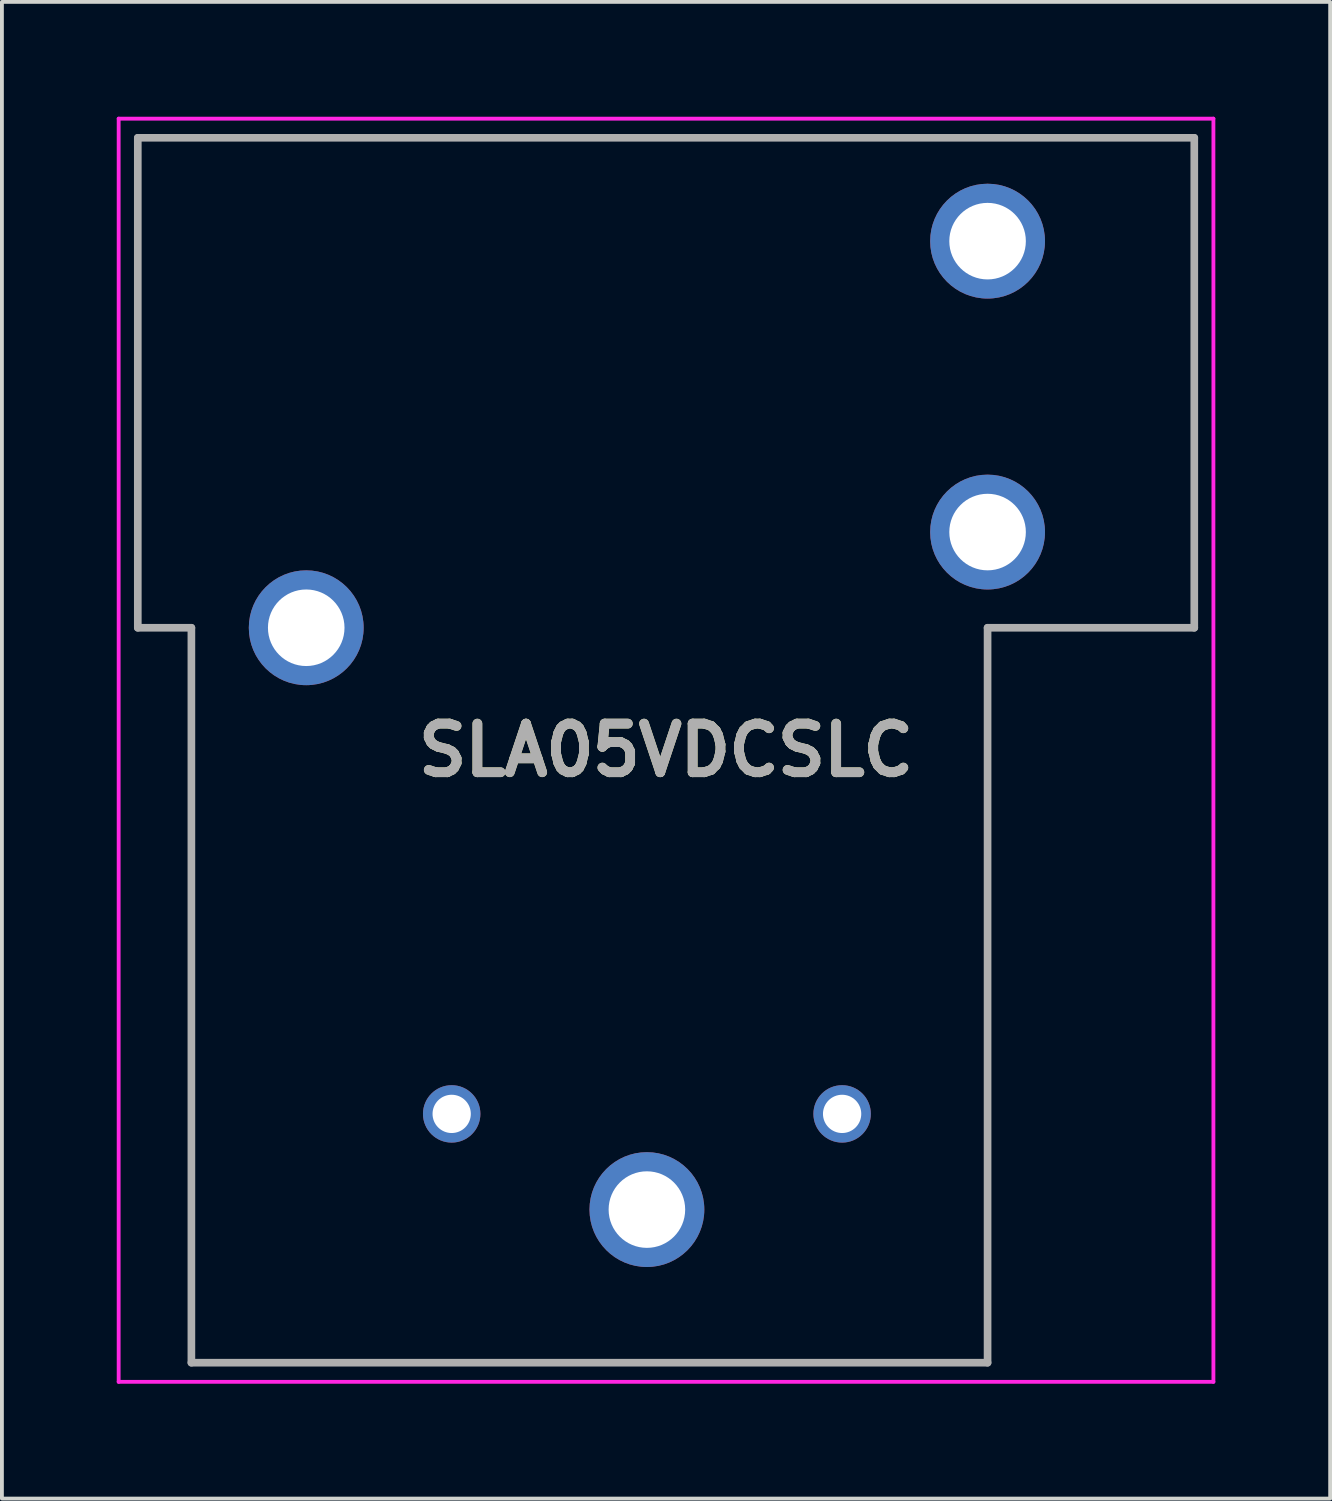
<source format=kicad_pcb>
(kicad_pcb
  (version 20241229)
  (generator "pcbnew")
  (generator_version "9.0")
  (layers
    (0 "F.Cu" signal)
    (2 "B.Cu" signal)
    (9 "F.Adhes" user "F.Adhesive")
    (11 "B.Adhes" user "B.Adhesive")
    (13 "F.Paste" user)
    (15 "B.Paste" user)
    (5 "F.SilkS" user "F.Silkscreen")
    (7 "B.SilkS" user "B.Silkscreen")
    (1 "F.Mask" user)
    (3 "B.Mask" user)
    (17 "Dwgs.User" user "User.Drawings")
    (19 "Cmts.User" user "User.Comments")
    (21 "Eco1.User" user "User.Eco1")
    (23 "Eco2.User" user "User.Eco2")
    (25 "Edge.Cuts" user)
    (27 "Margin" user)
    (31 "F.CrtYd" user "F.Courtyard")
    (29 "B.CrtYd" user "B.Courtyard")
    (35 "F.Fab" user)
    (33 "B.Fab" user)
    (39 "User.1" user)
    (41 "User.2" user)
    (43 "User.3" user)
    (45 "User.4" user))
  (footprint "SLA05VDCSLC"
    (layer "F.Cu")
    (at 13.85 28.55)
    (property "Reference" "SLA05VDCSLC" (at 0.5 -12 0) (layer "F.SilkS") (effects (font (size 1.27 1.27) (thickness 0.254))))
    (attr through_hole)
    (fp_line (start -13.3 -28) (end -13.3 -15.2) (stroke (width 0.1) (type solid)) (layer "F.SilkS"))
    (fp_line (start -13.3 -15.2) (end -11.9 -15.2) (stroke (width 0.1) (type solid)) (layer "F.SilkS"))
    (fp_line (start -11.9 -15.2) (end -11.9 4) (stroke (width 0.1) (type solid)) (layer "F.SilkS"))
    (fp_line (start -11.9 4) (end 8.88 4) (stroke (width 0.1) (type solid)) (layer "F.SilkS"))
    (fp_line (start 8.88 -15.2) (end 14.3 -15.2) (stroke (width 0.1) (type solid)) (layer "F.SilkS"))
    (fp_line (start 8.88 4) (end 8.88 -15.2) (stroke (width 0.1) (type solid)) (layer "F.SilkS"))
    (fp_line (start 14.3 -28) (end -13.3 -28) (stroke (width 0.1) (type solid)) (layer "F.SilkS"))
    (fp_line (start 14.3 -15.2) (end 14.3 -28) (stroke (width 0.1) (type solid)) (layer "F.SilkS"))
    (fp_line (start -13.8 -28.5) (end 14.8 -28.5) (stroke (width 0.1) (type solid)) (layer "F.CrtYd"))
    (fp_line (start -13.8 4.5) (end -13.8 -28.5) (stroke (width 0.1) (type solid)) (layer "F.CrtYd"))
    (fp_line (start 14.8 -28.5) (end 14.8 4.5) (stroke (width 0.1) (type solid)) (layer "F.CrtYd"))
    (fp_line (start 14.8 4.5) (end -13.8 4.5) (stroke (width 0.1) (type solid)) (layer "F.CrtYd"))
    (fp_line (start -13.3 -28) (end -13.3 -15.2) (stroke (width 0.2) (type solid)) (layer "F.Fab"))
    (fp_line (start -13.3 -15.2) (end -11.9 -15.2) (stroke (width 0.2) (type solid)) (layer "F.Fab"))
    (fp_line (start -11.9 -15.2) (end -11.9 4) (stroke (width 0.2) (type solid)) (layer "F.Fab"))
    (fp_line (start -11.9 4) (end 8.9 4) (stroke (width 0.2) (type solid)) (layer "F.Fab"))
    (fp_line (start 8.9 -15.2) (end 14.3 -15.2) (stroke (width 0.2) (type solid)) (layer "F.Fab"))
    (fp_line (start 8.9 4) (end 8.9 -15.2) (stroke (width 0.2) (type solid)) (layer "F.Fab"))
    (fp_line (start 14.3 -28) (end -13.3 -28) (stroke (width 0.2) (type solid)) (layer "F.Fab"))
    (fp_line (start 14.3 -15.2) (end 14.3 -28) (stroke (width 0.2) (type solid)) (layer "F.Fab"))
    (fp_text user "${REFERENCE}" (at 0.5 -12 0) (layer "F.Fab") (effects (font (size 1.27 1.27) (thickness 0.254))))
    (pad "1" thru_hole circle (at 0 0) (size 3 3) (drill 2) (layers "*.Cu" "*.Mask"))
    (pad "2" thru_hole circle (at -8.9 -15.2) (size 3 3) (drill 2) (layers "*.Cu" "*.Mask"))
    (pad "3" thru_hole circle (at 8.9 -17.7) (size 3 3) (drill 2) (layers "*.Cu" "*.Mask"))
    (pad "4" thru_hole circle (at 8.9 -25.3) (size 3 3) (drill 2) (layers "*.Cu" "*.Mask"))
    (pad "5" thru_hole circle (at -5.1 -2.5) (size 1.5 1.5) (drill 1) (layers "*.Cu" "*.Mask"))
    (pad "6" thru_hole circle (at 5.1 -2.5) (size 1.5 1.5) (drill 1) (layers "*.Cu" "*.Mask")))
  (gr_rect
    (start -3 -3)
    (end 31.7 36.1)
    (stroke (width 0.1) (type default))
    (fill no)
    (layer "Edge.Cuts")))
</source>
